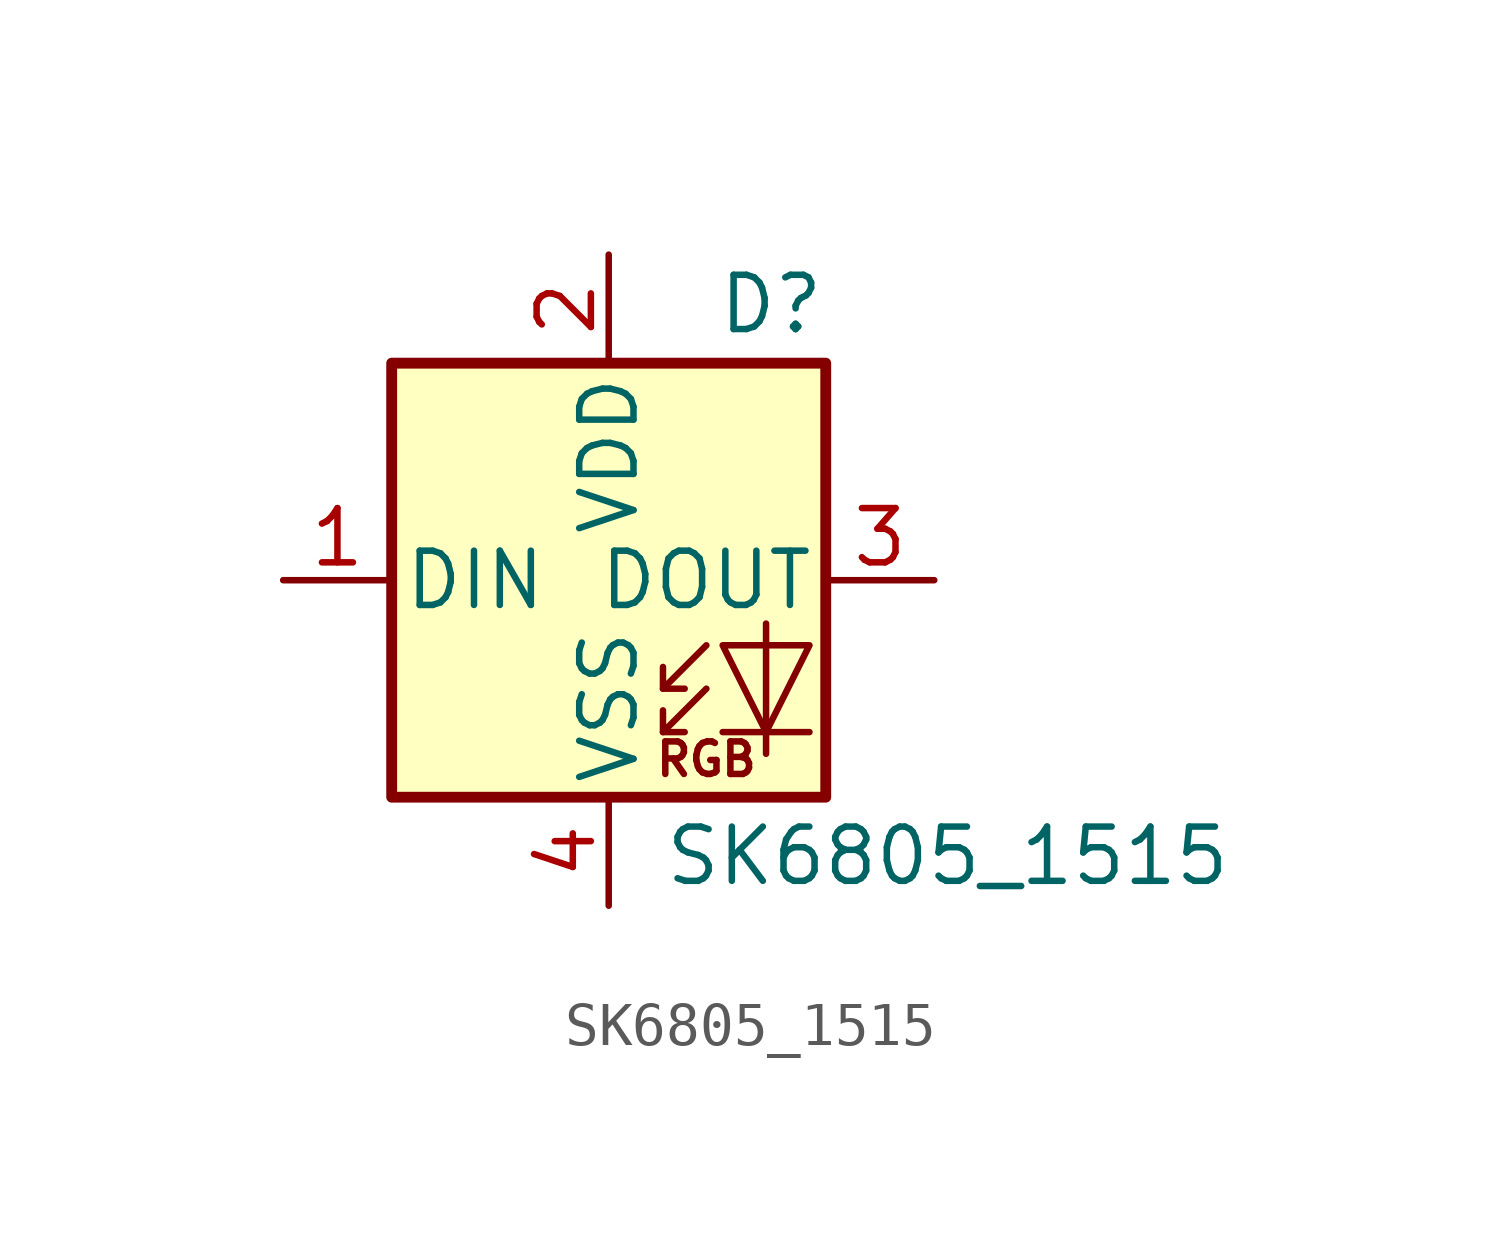
<source format=kicad_sym>
(kicad_symbol_lib
  (version 20211014)
  (generator kicad_symbol_editor)
  (symbol "SK6805_1515"
    (pin_names
      (offset 0.254))
    (property "Reference" "D"
      (at 5.08 5.715 0)
      (effects (font (size 1.27 1.27)) (justify right bottom)))
    (property "Value" "SK6805_1515"
      (at 1.27 -5.715 0)
      (effects (font (size 1.27 1.27)) (justify left top)))
    (symbol "SK6805_1515_0_0"
      (text "RGB" (at 2.286 -4.191 0) (effects (font (size 0.762 0.762)))))
    (symbol "SK6805_1515_0_1"
      (polyline (pts (xy 1.27 -3.556) (xy 1.778 -3.556)) (stroke (width 0) (type default) (color 0 0 0 0)) (fill (type none)))
      (polyline (pts (xy 1.27 -2.54) (xy 1.778 -2.54)) (stroke (width 0) (type default) (color 0 0 0 0)) (fill (type none)))
      (polyline (pts (xy 4.699 -3.556) (xy 2.667 -3.556)) (stroke (width 0) (type default) (color 0 0 0 0)) (fill (type none)))
      (polyline (pts (xy 2.286 -2.54) (xy 1.27 -3.556) (xy 1.27 -3.048)) (stroke (width 0) (type default) (color 0 0 0 0)) (fill (type none)))
      (polyline (pts (xy 2.286 -1.524) (xy 1.27 -2.54) (xy 1.27 -2.032)) (stroke (width 0) (type default) (color 0 0 0 0)) (fill (type none)))
      (polyline (pts (xy 3.683 -1.016) (xy 3.683 -3.556) (xy 3.683 -4.064)) (stroke (width 0) (type default) (color 0 0 0 0)) (fill (type none)))
      (polyline (pts (xy 4.699 -1.524) (xy 2.667 -1.524) (xy 3.683 -3.556) (xy 4.699 -1.524)) (stroke (width 0) (type default) (color 0 0 0 0)) (fill (type none)))
      (rectangle (start 5.08 5.08) (end -5.08 -5.08) (stroke (width 0.254) (type default) (color 0 0 0 0)) (fill (type background))))
    (symbol "SK6805_1515_1_1"
      (pin input line (at -7.62 0 0) (length 2.54) (name "DIN" (effects (font (size 1.27 1.27)))) (number "1" (effects (font (size 1.27 1.27)))))
      (pin power_in line (at 0 7.62 270) (length 2.54) (name "VDD" (effects (font (size 1.27 1.27)))) (number "2" (effects (font (size 1.27 1.27)))))
      (pin output line (at 7.62 0 180) (length 2.54) (name "DOUT" (effects (font (size 1.27 1.27)))) (number "3" (effects (font (size 1.27 1.27)))))
      (pin power_in line (at 0 -7.62 90) (length 2.54) (name "VSS" (effects (font (size 1.27 1.27)))) (number "4" (effects (font (size 1.27 1.27))))))))
</source>
